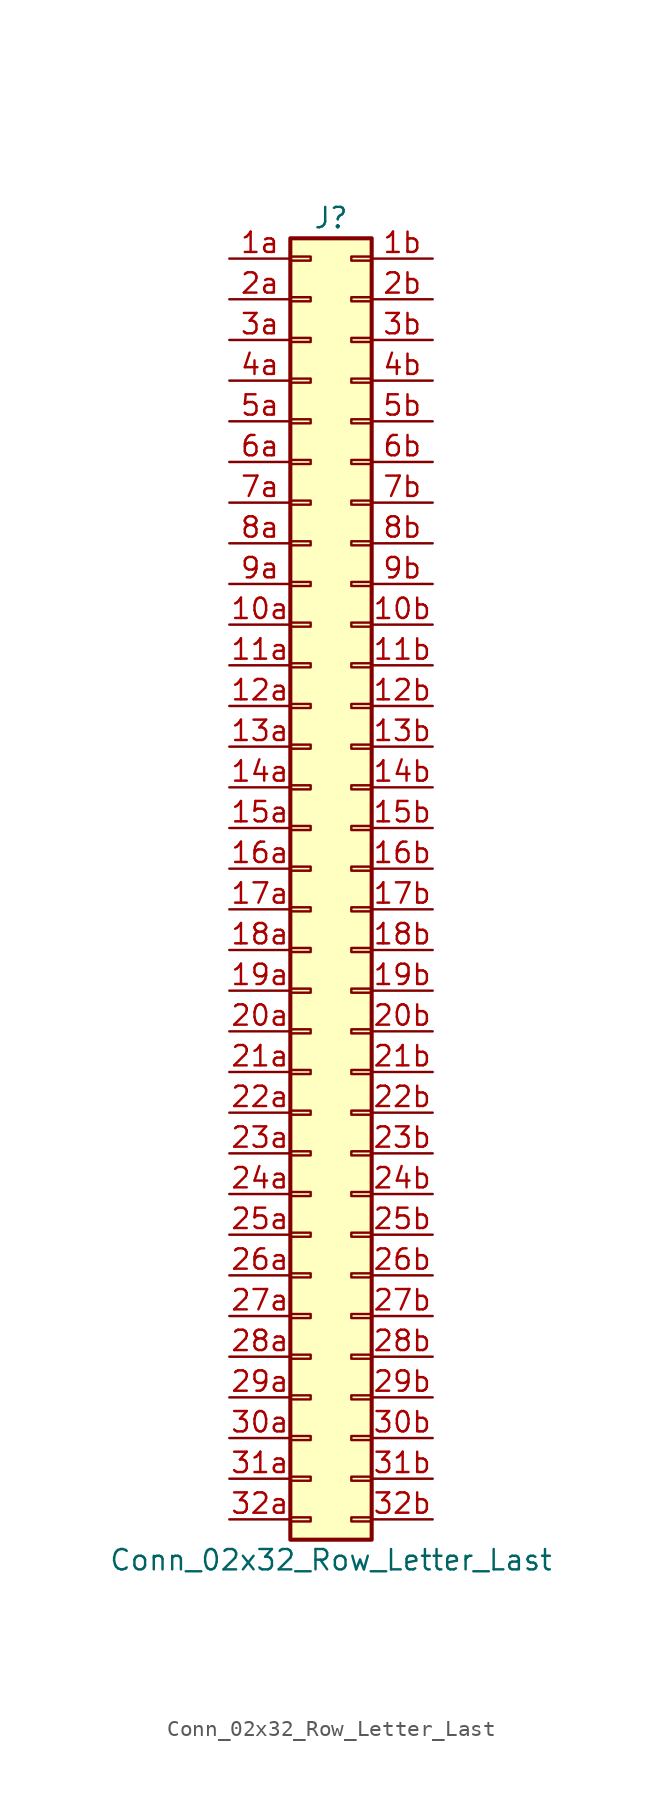
<source format=kicad_sym>
(kicad_symbol_lib
  (version 20220914)
  (generator kicad_symbol_editor)
  (symbol "Conn_02x32_Row_Letter_Last"
    (pin_names
      (offset 1.016) hide)
    (property "Reference" "J"
      (at 1.27 40.64 0)
      (effects (font (size 1.27 1.27))))
    (property "Value" "Conn_02x32_Row_Letter_Last"
      (at 1.27 -43.18 0)
      (effects (font (size 1.27 1.27))))
    (symbol "Conn_02x32_Row_Letter_Last_1_1"
      (rectangle (start -1.27 -40.513) (end 0 -40.767) (stroke (width 0.152) (type solid)) (fill (type none)))
      (rectangle (start -1.27 -37.973) (end 0 -38.227) (stroke (width 0.152) (type solid)) (fill (type none)))
      (rectangle (start -1.27 -35.433) (end 0 -35.687) (stroke (width 0.152) (type solid)) (fill (type none)))
      (rectangle (start -1.27 -32.893) (end 0 -33.147) (stroke (width 0.152) (type solid)) (fill (type none)))
      (rectangle (start -1.27 -30.353) (end 0 -30.607) (stroke (width 0.152) (type solid)) (fill (type none)))
      (rectangle (start -1.27 -27.813) (end 0 -28.067) (stroke (width 0.152) (type solid)) (fill (type none)))
      (rectangle (start -1.27 -25.273) (end 0 -25.527) (stroke (width 0.152) (type solid)) (fill (type none)))
      (rectangle (start -1.27 -22.733) (end 0 -22.987) (stroke (width 0.152) (type solid)) (fill (type none)))
      (rectangle (start -1.27 -20.193) (end 0 -20.447) (stroke (width 0.152) (type solid)) (fill (type none)))
      (rectangle (start -1.27 -17.653) (end 0 -17.907) (stroke (width 0.152) (type solid)) (fill (type none)))
      (rectangle (start -1.27 -15.113) (end 0 -15.367) (stroke (width 0.152) (type solid)) (fill (type none)))
      (rectangle (start -1.27 -12.573) (end 0 -12.827) (stroke (width 0.152) (type solid)) (fill (type none)))
      (rectangle (start -1.27 -10.033) (end 0 -10.287) (stroke (width 0.152) (type solid)) (fill (type none)))
      (rectangle (start -1.27 -7.493) (end 0 -7.747) (stroke (width 0.152) (type solid)) (fill (type none)))
      (rectangle (start -1.27 -4.953) (end 0 -5.207) (stroke (width 0.152) (type solid)) (fill (type none)))
      (rectangle (start -1.27 -2.413) (end 0 -2.667) (stroke (width 0.152) (type solid)) (fill (type none)))
      (rectangle (start -1.27 0.127) (end 0 -0.127) (stroke (width 0.152) (type solid)) (fill (type none)))
      (rectangle (start -1.27 2.667) (end 0 2.413) (stroke (width 0.152) (type solid)) (fill (type none)))
      (rectangle (start -1.27 5.207) (end 0 4.953) (stroke (width 0.152) (type solid)) (fill (type none)))
      (rectangle (start -1.27 7.747) (end 0 7.493) (stroke (width 0.152) (type solid)) (fill (type none)))
      (rectangle (start -1.27 10.287) (end 0 10.033) (stroke (width 0.152) (type solid)) (fill (type none)))
      (rectangle (start -1.27 12.827) (end 0 12.573) (stroke (width 0.152) (type solid)) (fill (type none)))
      (rectangle (start -1.27 15.367) (end 0 15.113) (stroke (width 0.152) (type solid)) (fill (type none)))
      (rectangle (start -1.27 17.907) (end 0 17.653) (stroke (width 0.152) (type solid)) (fill (type none)))
      (rectangle (start -1.27 20.447) (end 0 20.193) (stroke (width 0.152) (type solid)) (fill (type none)))
      (rectangle (start -1.27 22.987) (end 0 22.733) (stroke (width 0.152) (type solid)) (fill (type none)))
      (rectangle (start -1.27 25.527) (end 0 25.273) (stroke (width 0.152) (type solid)) (fill (type none)))
      (rectangle (start -1.27 28.067) (end 0 27.813) (stroke (width 0.152) (type solid)) (fill (type none)))
      (rectangle (start -1.27 30.607) (end 0 30.353) (stroke (width 0.152) (type solid)) (fill (type none)))
      (rectangle (start -1.27 33.147) (end 0 32.893) (stroke (width 0.152) (type solid)) (fill (type none)))
      (rectangle (start -1.27 35.687) (end 0 35.433) (stroke (width 0.152) (type solid)) (fill (type none)))
      (rectangle (start -1.27 38.227) (end 0 37.973) (stroke (width 0.152) (type solid)) (fill (type none)))
      (rectangle (start -1.27 39.37) (end 3.81 -41.91) (stroke (width 0.254) (type solid)) (fill (type background)))
      (rectangle (start 3.81 -40.513) (end 2.54 -40.767) (stroke (width 0.152) (type solid)) (fill (type none)))
      (rectangle (start 3.81 -37.973) (end 2.54 -38.227) (stroke (width 0.152) (type solid)) (fill (type none)))
      (rectangle (start 3.81 -35.433) (end 2.54 -35.687) (stroke (width 0.152) (type solid)) (fill (type none)))
      (rectangle (start 3.81 -32.893) (end 2.54 -33.147) (stroke (width 0.152) (type solid)) (fill (type none)))
      (rectangle (start 3.81 -30.353) (end 2.54 -30.607) (stroke (width 0.152) (type solid)) (fill (type none)))
      (rectangle (start 3.81 -27.813) (end 2.54 -28.067) (stroke (width 0.152) (type solid)) (fill (type none)))
      (rectangle (start 3.81 -25.273) (end 2.54 -25.527) (stroke (width 0.152) (type solid)) (fill (type none)))
      (rectangle (start 3.81 -22.733) (end 2.54 -22.987) (stroke (width 0.152) (type solid)) (fill (type none)))
      (rectangle (start 3.81 -20.193) (end 2.54 -20.447) (stroke (width 0.152) (type solid)) (fill (type none)))
      (rectangle (start 3.81 -17.653) (end 2.54 -17.907) (stroke (width 0.152) (type solid)) (fill (type none)))
      (rectangle (start 3.81 -15.113) (end 2.54 -15.367) (stroke (width 0.152) (type solid)) (fill (type none)))
      (rectangle (start 3.81 -12.573) (end 2.54 -12.827) (stroke (width 0.152) (type solid)) (fill (type none)))
      (rectangle (start 3.81 -10.033) (end 2.54 -10.287) (stroke (width 0.152) (type solid)) (fill (type none)))
      (rectangle (start 3.81 -7.493) (end 2.54 -7.747) (stroke (width 0.152) (type solid)) (fill (type none)))
      (rectangle (start 3.81 -4.953) (end 2.54 -5.207) (stroke (width 0.152) (type solid)) (fill (type none)))
      (rectangle (start 3.81 -2.413) (end 2.54 -2.667) (stroke (width 0.152) (type solid)) (fill (type none)))
      (rectangle (start 3.81 0.127) (end 2.54 -0.127) (stroke (width 0.152) (type solid)) (fill (type none)))
      (rectangle (start 3.81 2.667) (end 2.54 2.413) (stroke (width 0.152) (type solid)) (fill (type none)))
      (rectangle (start 3.81 5.207) (end 2.54 4.953) (stroke (width 0.152) (type solid)) (fill (type none)))
      (rectangle (start 3.81 7.747) (end 2.54 7.493) (stroke (width 0.152) (type solid)) (fill (type none)))
      (rectangle (start 3.81 10.287) (end 2.54 10.033) (stroke (width 0.152) (type solid)) (fill (type none)))
      (rectangle (start 3.81 12.827) (end 2.54 12.573) (stroke (width 0.152) (type solid)) (fill (type none)))
      (rectangle (start 3.81 15.367) (end 2.54 15.113) (stroke (width 0.152) (type solid)) (fill (type none)))
      (rectangle (start 3.81 17.907) (end 2.54 17.653) (stroke (width 0.152) (type solid)) (fill (type none)))
      (rectangle (start 3.81 20.447) (end 2.54 20.193) (stroke (width 0.152) (type solid)) (fill (type none)))
      (rectangle (start 3.81 22.987) (end 2.54 22.733) (stroke (width 0.152) (type solid)) (fill (type none)))
      (rectangle (start 3.81 25.527) (end 2.54 25.273) (stroke (width 0.152) (type solid)) (fill (type none)))
      (rectangle (start 3.81 28.067) (end 2.54 27.813) (stroke (width 0.152) (type solid)) (fill (type none)))
      (rectangle (start 3.81 30.607) (end 2.54 30.353) (stroke (width 0.152) (type solid)) (fill (type none)))
      (rectangle (start 3.81 33.147) (end 2.54 32.893) (stroke (width 0.152) (type solid)) (fill (type none)))
      (rectangle (start 3.81 35.687) (end 2.54 35.433) (stroke (width 0.152) (type solid)) (fill (type none)))
      (rectangle (start 3.81 38.227) (end 2.54 37.973) (stroke (width 0.152) (type solid)) (fill (type none)))
      (pin passive line (at -5.08 15.24 0) (length 3.81) (name "Pin_10a" (effects (font (size 1.27 1.27)))) (number "10a" (effects (font (size 1.27 1.27)))))
      (pin passive line (at 7.62 15.24 180) (length 3.81) (name "Pin_10b" (effects (font (size 1.27 1.27)))) (number "10b" (effects (font (size 1.27 1.27)))))
      (pin passive line (at -5.08 12.7 0) (length 3.81) (name "Pin_11a" (effects (font (size 1.27 1.27)))) (number "11a" (effects (font (size 1.27 1.27)))))
      (pin passive line (at 7.62 12.7 180) (length 3.81) (name "Pin_11b" (effects (font (size 1.27 1.27)))) (number "11b" (effects (font (size 1.27 1.27)))))
      (pin passive line (at -5.08 10.16 0) (length 3.81) (name "Pin_12a" (effects (font (size 1.27 1.27)))) (number "12a" (effects (font (size 1.27 1.27)))))
      (pin passive line (at 7.62 10.16 180) (length 3.81) (name "Pin_12b" (effects (font (size 1.27 1.27)))) (number "12b" (effects (font (size 1.27 1.27)))))
      (pin passive line (at -5.08 7.62 0) (length 3.81) (name "Pin_13a" (effects (font (size 1.27 1.27)))) (number "13a" (effects (font (size 1.27 1.27)))))
      (pin passive line (at 7.62 7.62 180) (length 3.81) (name "Pin_13b" (effects (font (size 1.27 1.27)))) (number "13b" (effects (font (size 1.27 1.27)))))
      (pin passive line (at -5.08 5.08 0) (length 3.81) (name "Pin_14a" (effects (font (size 1.27 1.27)))) (number "14a" (effects (font (size 1.27 1.27)))))
      (pin passive line (at 7.62 5.08 180) (length 3.81) (name "Pin_14b" (effects (font (size 1.27 1.27)))) (number "14b" (effects (font (size 1.27 1.27)))))
      (pin passive line (at -5.08 2.54 0) (length 3.81) (name "Pin_15a" (effects (font (size 1.27 1.27)))) (number "15a" (effects (font (size 1.27 1.27)))))
      (pin passive line (at 7.62 2.54 180) (length 3.81) (name "Pin_15b" (effects (font (size 1.27 1.27)))) (number "15b" (effects (font (size 1.27 1.27)))))
      (pin passive line (at -5.08 0 0) (length 3.81) (name "Pin_16a" (effects (font (size 1.27 1.27)))) (number "16a" (effects (font (size 1.27 1.27)))))
      (pin passive line (at 7.62 0 180) (length 3.81) (name "Pin_16b" (effects (font (size 1.27 1.27)))) (number "16b" (effects (font (size 1.27 1.27)))))
      (pin passive line (at -5.08 -2.54 0) (length 3.81) (name "Pin_17a" (effects (font (size 1.27 1.27)))) (number "17a" (effects (font (size 1.27 1.27)))))
      (pin passive line (at 7.62 -2.54 180) (length 3.81) (name "Pin_17b" (effects (font (size 1.27 1.27)))) (number "17b" (effects (font (size 1.27 1.27)))))
      (pin passive line (at -5.08 -5.08 0) (length 3.81) (name "Pin_18a" (effects (font (size 1.27 1.27)))) (number "18a" (effects (font (size 1.27 1.27)))))
      (pin passive line (at 7.62 -5.08 180) (length 3.81) (name "Pin_18b" (effects (font (size 1.27 1.27)))) (number "18b" (effects (font (size 1.27 1.27)))))
      (pin passive line (at -5.08 -7.62 0) (length 3.81) (name "Pin_19a" (effects (font (size 1.27 1.27)))) (number "19a" (effects (font (size 1.27 1.27)))))
      (pin passive line (at 7.62 -7.62 180) (length 3.81) (name "Pin_19b" (effects (font (size 1.27 1.27)))) (number "19b" (effects (font (size 1.27 1.27)))))
      (pin passive line (at -5.08 38.1 0) (length 3.81) (name "Pin_1a" (effects (font (size 1.27 1.27)))) (number "1a" (effects (font (size 1.27 1.27)))))
      (pin passive line (at 7.62 38.1 180) (length 3.81) (name "Pin_1b" (effects (font (size 1.27 1.27)))) (number "1b" (effects (font (size 1.27 1.27)))))
      (pin passive line (at -5.08 -10.16 0) (length 3.81) (name "Pin_20a" (effects (font (size 1.27 1.27)))) (number "20a" (effects (font (size 1.27 1.27)))))
      (pin passive line (at 7.62 -10.16 180) (length 3.81) (name "Pin_20b" (effects (font (size 1.27 1.27)))) (number "20b" (effects (font (size 1.27 1.27)))))
      (pin passive line (at -5.08 -12.7 0) (length 3.81) (name "Pin_21a" (effects (font (size 1.27 1.27)))) (number "21a" (effects (font (size 1.27 1.27)))))
      (pin passive line (at 7.62 -12.7 180) (length 3.81) (name "Pin_21b" (effects (font (size 1.27 1.27)))) (number "21b" (effects (font (size 1.27 1.27)))))
      (pin passive line (at -5.08 -15.24 0) (length 3.81) (name "Pin_22a" (effects (font (size 1.27 1.27)))) (number "22a" (effects (font (size 1.27 1.27)))))
      (pin passive line (at 7.62 -15.24 180) (length 3.81) (name "Pin_22b" (effects (font (size 1.27 1.27)))) (number "22b" (effects (font (size 1.27 1.27)))))
      (pin passive line (at -5.08 -17.78 0) (length 3.81) (name "Pin_23a" (effects (font (size 1.27 1.27)))) (number "23a" (effects (font (size 1.27 1.27)))))
      (pin passive line (at 7.62 -17.78 180) (length 3.81) (name "Pin_23b" (effects (font (size 1.27 1.27)))) (number "23b" (effects (font (size 1.27 1.27)))))
      (pin passive line (at -5.08 -20.32 0) (length 3.81) (name "Pin_24a" (effects (font (size 1.27 1.27)))) (number "24a" (effects (font (size 1.27 1.27)))))
      (pin passive line (at 7.62 -20.32 180) (length 3.81) (name "Pin_24b" (effects (font (size 1.27 1.27)))) (number "24b" (effects (font (size 1.27 1.27)))))
      (pin passive line (at -5.08 -22.86 0) (length 3.81) (name "Pin_25a" (effects (font (size 1.27 1.27)))) (number "25a" (effects (font (size 1.27 1.27)))))
      (pin passive line (at 7.62 -22.86 180) (length 3.81) (name "Pin_25b" (effects (font (size 1.27 1.27)))) (number "25b" (effects (font (size 1.27 1.27)))))
      (pin passive line (at -5.08 -25.4 0) (length 3.81) (name "Pin_26a" (effects (font (size 1.27 1.27)))) (number "26a" (effects (font (size 1.27 1.27)))))
      (pin passive line (at 7.62 -25.4 180) (length 3.81) (name "Pin_26b" (effects (font (size 1.27 1.27)))) (number "26b" (effects (font (size 1.27 1.27)))))
      (pin passive line (at -5.08 -27.94 0) (length 3.81) (name "Pin_27a" (effects (font (size 1.27 1.27)))) (number "27a" (effects (font (size 1.27 1.27)))))
      (pin passive line (at 7.62 -27.94 180) (length 3.81) (name "Pin_27b" (effects (font (size 1.27 1.27)))) (number "27b" (effects (font (size 1.27 1.27)))))
      (pin passive line (at -5.08 -30.48 0) (length 3.81) (name "Pin_28a" (effects (font (size 1.27 1.27)))) (number "28a" (effects (font (size 1.27 1.27)))))
      (pin passive line (at 7.62 -30.48 180) (length 3.81) (name "Pin_28b" (effects (font (size 1.27 1.27)))) (number "28b" (effects (font (size 1.27 1.27)))))
      (pin passive line (at -5.08 -33.02 0) (length 3.81) (name "Pin_29a" (effects (font (size 1.27 1.27)))) (number "29a" (effects (font (size 1.27 1.27)))))
      (pin passive line (at 7.62 -33.02 180) (length 3.81) (name "Pin_29b" (effects (font (size 1.27 1.27)))) (number "29b" (effects (font (size 1.27 1.27)))))
      (pin passive line (at -5.08 35.56 0) (length 3.81) (name "Pin_2a" (effects (font (size 1.27 1.27)))) (number "2a" (effects (font (size 1.27 1.27)))))
      (pin passive line (at 7.62 35.56 180) (length 3.81) (name "Pin_2b" (effects (font (size 1.27 1.27)))) (number "2b" (effects (font (size 1.27 1.27)))))
      (pin passive line (at -5.08 -35.56 0) (length 3.81) (name "Pin_30a" (effects (font (size 1.27 1.27)))) (number "30a" (effects (font (size 1.27 1.27)))))
      (pin passive line (at 7.62 -35.56 180) (length 3.81) (name "Pin_30b" (effects (font (size 1.27 1.27)))) (number "30b" (effects (font (size 1.27 1.27)))))
      (pin passive line (at -5.08 -38.1 0) (length 3.81) (name "Pin_31a" (effects (font (size 1.27 1.27)))) (number "31a" (effects (font (size 1.27 1.27)))))
      (pin passive line (at 7.62 -38.1 180) (length 3.81) (name "Pin_31b" (effects (font (size 1.27 1.27)))) (number "31b" (effects (font (size 1.27 1.27)))))
      (pin passive line (at -5.08 -40.64 0) (length 3.81) (name "Pin_32a" (effects (font (size 1.27 1.27)))) (number "32a" (effects (font (size 1.27 1.27)))))
      (pin passive line (at 7.62 -40.64 180) (length 3.81) (name "Pin_32b" (effects (font (size 1.27 1.27)))) (number "32b" (effects (font (size 1.27 1.27)))))
      (pin passive line (at -5.08 33.02 0) (length 3.81) (name "Pin_3a" (effects (font (size 1.27 1.27)))) (number "3a" (effects (font (size 1.27 1.27)))))
      (pin passive line (at 7.62 33.02 180) (length 3.81) (name "Pin_3b" (effects (font (size 1.27 1.27)))) (number "3b" (effects (font (size 1.27 1.27)))))
      (pin passive line (at -5.08 30.48 0) (length 3.81) (name "Pin_4a" (effects (font (size 1.27 1.27)))) (number "4a" (effects (font (size 1.27 1.27)))))
      (pin passive line (at 7.62 30.48 180) (length 3.81) (name "Pin_4b" (effects (font (size 1.27 1.27)))) (number "4b" (effects (font (size 1.27 1.27)))))
      (pin passive line (at -5.08 27.94 0) (length 3.81) (name "Pin_5a" (effects (font (size 1.27 1.27)))) (number "5a" (effects (font (size 1.27 1.27)))))
      (pin passive line (at 7.62 27.94 180) (length 3.81) (name "Pin_5b" (effects (font (size 1.27 1.27)))) (number "5b" (effects (font (size 1.27 1.27)))))
      (pin passive line (at -5.08 25.4 0) (length 3.81) (name "Pin_6a" (effects (font (size 1.27 1.27)))) (number "6a" (effects (font (size 1.27 1.27)))))
      (pin passive line (at 7.62 25.4 180) (length 3.81) (name "Pin_6b" (effects (font (size 1.27 1.27)))) (number "6b" (effects (font (size 1.27 1.27)))))
      (pin passive line (at -5.08 22.86 0) (length 3.81) (name "Pin_7a" (effects (font (size 1.27 1.27)))) (number "7a" (effects (font (size 1.27 1.27)))))
      (pin passive line (at 7.62 22.86 180) (length 3.81) (name "Pin_7b" (effects (font (size 1.27 1.27)))) (number "7b" (effects (font (size 1.27 1.27)))))
      (pin passive line (at -5.08 20.32 0) (length 3.81) (name "Pin_8a" (effects (font (size 1.27 1.27)))) (number "8a" (effects (font (size 1.27 1.27)))))
      (pin passive line (at 7.62 20.32 180) (length 3.81) (name "Pin_8b" (effects (font (size 1.27 1.27)))) (number "8b" (effects (font (size 1.27 1.27)))))
      (pin passive line (at -5.08 17.78 0) (length 3.81) (name "Pin_9a" (effects (font (size 1.27 1.27)))) (number "9a" (effects (font (size 1.27 1.27)))))
      (pin passive line (at 7.62 17.78 180) (length 3.81) (name "Pin_9b" (effects (font (size 1.27 1.27)))) (number "9b" (effects (font (size 1.27 1.27))))))))
</source>
